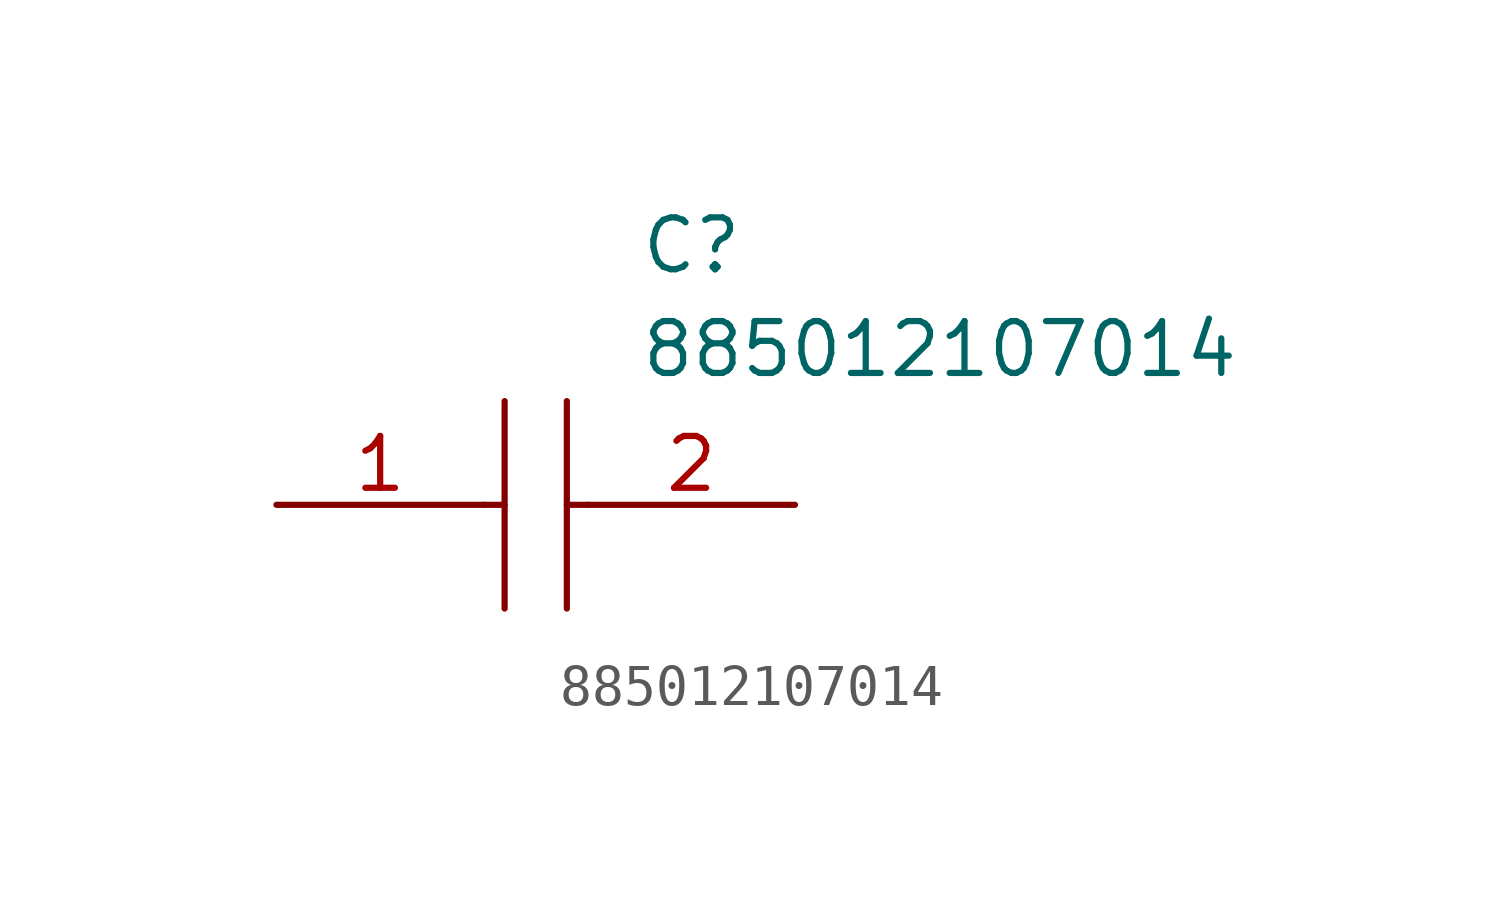
<source format=kicad_sym>
(kicad_symbol_lib
  (version 20211014)
  (generator kicad_symbol_editor)
  (symbol "885012107014"
    (pin_names
      (offset 0.762))
    (property "Reference" "C"
      (at 8.89 6.35 0)
      (effects (font (size 1.27 1.27)) (justify left)))
    (property "Value" "885012107014"
      (at 8.89 3.81 0)
      (effects (font (size 1.27 1.27)) (justify left)))
    (symbol "885012107014_0_0"
      (pin passive line (at 0 0 0) (length 5.08) (name "~" (effects (font (size 1.27 1.27)))) (number "1" (effects (font (size 1.27 1.27)))))
      (pin passive line (at 12.7 0 180) (length 5.08) (name "~" (effects (font (size 1.27 1.27)))) (number "2" (effects (font (size 1.27 1.27))))))
    (symbol "885012107014_0_1"
      (polyline (pts (xy 5.08 0) (xy 5.588 0)) (stroke (width 0.152) (type default) (color 0 0 0 0)) (fill (type background)))
      (polyline (pts (xy 5.588 2.54) (xy 5.588 -2.54)) (stroke (width 0.152) (type default) (color 0 0 0 0)) (fill (type background)))
      (polyline (pts (xy 7.112 0) (xy 7.62 0)) (stroke (width 0.152) (type default) (color 0 0 0 0)) (fill (type background)))
      (polyline (pts (xy 7.112 2.54) (xy 7.112 -2.54)) (stroke (width 0.152) (type default) (color 0 0 0 0)) (fill (type background))))))
</source>
